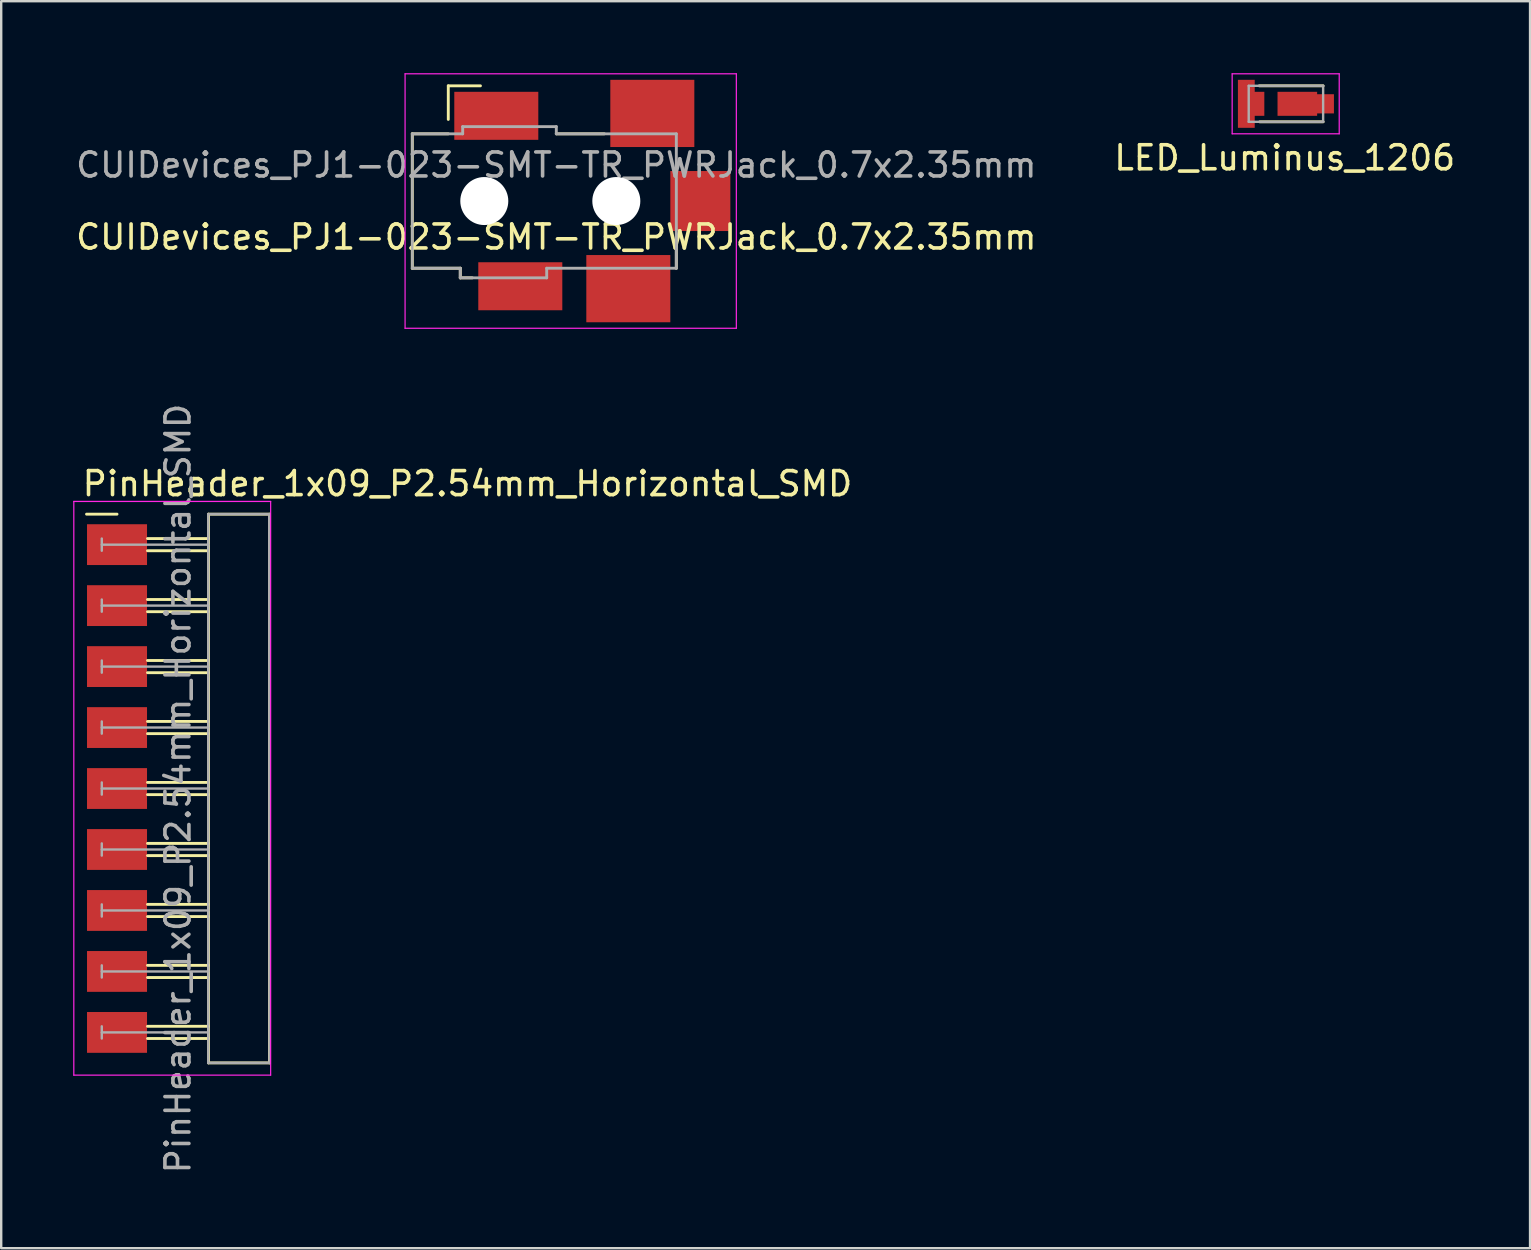
<source format=kicad_pcb>
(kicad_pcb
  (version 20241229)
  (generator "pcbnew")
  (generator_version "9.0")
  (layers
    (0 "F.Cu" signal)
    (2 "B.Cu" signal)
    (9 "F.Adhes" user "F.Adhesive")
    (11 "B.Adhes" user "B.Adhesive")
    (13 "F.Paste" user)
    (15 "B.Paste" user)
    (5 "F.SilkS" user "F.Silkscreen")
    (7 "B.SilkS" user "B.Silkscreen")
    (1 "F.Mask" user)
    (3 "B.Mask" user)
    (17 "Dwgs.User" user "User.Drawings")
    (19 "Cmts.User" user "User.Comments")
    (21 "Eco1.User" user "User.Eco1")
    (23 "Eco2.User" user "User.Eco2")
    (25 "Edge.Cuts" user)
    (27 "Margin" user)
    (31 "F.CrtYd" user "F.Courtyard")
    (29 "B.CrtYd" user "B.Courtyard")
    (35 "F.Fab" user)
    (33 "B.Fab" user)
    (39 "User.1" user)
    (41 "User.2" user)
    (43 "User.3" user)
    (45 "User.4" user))
  (footprint "PinHeader_1x09_P2.54mm_Horizontal_SMD"
    (layer "F.Cu")
    (at 1.825 19.639)
    (property "Reference" "PinHeader_1x09_P2.54mm_Horizontal_SMD" (at -1.524 -2.54 180) (layer "F.SilkS") (effects (font (size 1 1) (thickness 0.15)) (justify left)))
    (attr smd)
    (fp_line (start -1.27 -1.27) (end 0 -1.27) (stroke (width 0.12) (type solid)) (layer "F.SilkS"))
    (fp_line (start 3.81 -1.27) (end 6.35 -1.27) (stroke (width 0.12) (type solid)) (layer "F.SilkS"))
    (fp_line (start 3.81 -0.254) (end 1.27 -0.254) (stroke (width 0.12) (type solid)) (layer "F.SilkS"))
    (fp_line (start 3.81 0.254) (end 1.27 0.254) (stroke (width 0.12) (type solid)) (layer "F.SilkS"))
    (fp_line (start 3.81 2.286) (end 1.27 2.286) (stroke (width 0.12) (type solid)) (layer "F.SilkS"))
    (fp_line (start 3.81 2.794) (end 1.27 2.794) (stroke (width 0.12) (type solid)) (layer "F.SilkS"))
    (fp_line (start 3.81 4.826) (end 1.27 4.826) (stroke (width 0.12) (type solid)) (layer "F.SilkS"))
    (fp_line (start 3.81 5.334) (end 1.27 5.334) (stroke (width 0.12) (type solid)) (layer "F.SilkS"))
    (fp_line (start 3.81 7.366) (end 1.27 7.366) (stroke (width 0.12) (type solid)) (layer "F.SilkS"))
    (fp_line (start 3.81 7.874) (end 1.27 7.874) (stroke (width 0.12) (type solid)) (layer "F.SilkS"))
    (fp_line (start 3.81 9.906) (end 1.27 9.906) (stroke (width 0.12) (type solid)) (layer "F.SilkS"))
    (fp_line (start 3.81 10.414) (end 1.27 10.414) (stroke (width 0.12) (type solid)) (layer "F.SilkS"))
    (fp_line (start 3.81 12.446) (end 1.27 12.446) (stroke (width 0.12) (type solid)) (layer "F.SilkS"))
    (fp_line (start 3.81 12.954) (end 1.27 12.954) (stroke (width 0.12) (type solid)) (layer "F.SilkS"))
    (fp_line (start 3.81 14.986) (end 1.27 14.986) (stroke (width 0.12) (type solid)) (layer "F.SilkS"))
    (fp_line (start 3.81 15.494) (end 1.27 15.494) (stroke (width 0.12) (type solid)) (layer "F.SilkS"))
    (fp_line (start 3.81 17.526) (end 1.27 17.526) (stroke (width 0.12) (type solid)) (layer "F.SilkS"))
    (fp_line (start 3.81 18.034) (end 1.27 18.034) (stroke (width 0.12) (type solid)) (layer "F.SilkS"))
    (fp_line (start 3.81 20.066) (end 1.27 20.066) (stroke (width 0.12) (type solid)) (layer "F.SilkS"))
    (fp_line (start 3.81 20.574) (end 1.27 20.574) (stroke (width 0.12) (type solid)) (layer "F.SilkS"))
    (fp_line (start 3.81 21.59) (end 3.81 -1.27) (stroke (width 0.12) (type solid)) (layer "F.SilkS"))
    (fp_line (start 6.35 -1.27) (end 6.35 21.59) (stroke (width 0.12) (type solid)) (layer "F.SilkS"))
    (fp_line (start 6.35 21.59) (end 3.81 21.59) (stroke (width 0.12) (type solid)) (layer "F.SilkS"))
    (fp_line (start -1.8 -1.8) (end -1.8 22.1) (stroke (width 0.05) (type solid)) (layer "F.CrtYd"))
    (fp_line (start -1.8 22.1) (end 6.4 22.1) (stroke (width 0.05) (type solid)) (layer "F.CrtYd"))
    (fp_line (start 6.4 -1.8) (end -1.8 -1.8) (stroke (width 0.05) (type solid)) (layer "F.CrtYd"))
    (fp_line (start 6.4 22.1) (end 6.4 -1.8) (stroke (width 0.05) (type solid)) (layer "F.CrtYd"))
    (fp_line (start -0.635 -0.254) (end -0.635 0.254) (stroke (width 0.1) (type solid)) (layer "F.Fab"))
    (fp_line (start -0.635 2.286) (end -0.635 2.794) (stroke (width 0.1) (type solid)) (layer "F.Fab"))
    (fp_line (start -0.635 4.826) (end -0.635 5.334) (stroke (width 0.1) (type solid)) (layer "F.Fab"))
    (fp_line (start -0.635 7.366) (end -0.635 7.874) (stroke (width 0.1) (type solid)) (layer "F.Fab"))
    (fp_line (start -0.635 9.906) (end -0.635 10.414) (stroke (width 0.1) (type solid)) (layer "F.Fab"))
    (fp_line (start -0.635 12.446) (end -0.635 12.954) (stroke (width 0.1) (type solid)) (layer "F.Fab"))
    (fp_line (start -0.635 14.986) (end -0.635 15.494) (stroke (width 0.1) (type solid)) (layer "F.Fab"))
    (fp_line (start -0.635 17.526) (end -0.635 18.034) (stroke (width 0.1) (type solid)) (layer "F.Fab"))
    (fp_line (start -0.635 20.066) (end -0.635 20.574) (stroke (width 0.1) (type solid)) (layer "F.Fab"))
    (fp_line (start 3.8 -1.27) (end 6.34 -1.27) (stroke (width 0.1) (type solid)) (layer "F.Fab"))
    (fp_line (start 3.8 21.59) (end 3.8 -1.27) (stroke (width 0.1) (type solid)) (layer "F.Fab"))
    (fp_line (start 3.8 21.59) (end 6.35 21.59) (stroke (width 0.1) (type solid)) (layer "F.Fab"))
    (fp_line (start 3.81 0) (end -0.635 0) (stroke (width 0.1) (type solid)) (layer "F.Fab"))
    (fp_line (start 3.81 2.54) (end -0.635 2.54) (stroke (width 0.1) (type solid)) (layer "F.Fab"))
    (fp_line (start 3.81 5.08) (end -0.635 5.08) (stroke (width 0.1) (type solid)) (layer "F.Fab"))
    (fp_line (start 3.81 7.62) (end -0.635 7.62) (stroke (width 0.1) (type solid)) (layer "F.Fab"))
    (fp_line (start 3.81 10.16) (end -0.635 10.16) (stroke (width 0.1) (type solid)) (layer "F.Fab"))
    (fp_line (start 3.81 12.7) (end -0.635 12.7) (stroke (width 0.1) (type solid)) (layer "F.Fab"))
    (fp_line (start 3.81 15.24) (end -0.635 15.24) (stroke (width 0.1) (type solid)) (layer "F.Fab"))
    (fp_line (start 3.81 17.78) (end -0.635 17.78) (stroke (width 0.1) (type solid)) (layer "F.Fab"))
    (fp_line (start 3.81 20.32) (end -0.635 20.32) (stroke (width 0.1) (type solid)) (layer "F.Fab"))
    (fp_line (start 6.34 -1.27) (end 6.35 21.59) (stroke (width 0.1) (type solid)) (layer "F.Fab"))
    (fp_text user "${REFERENCE}" (at 2.54 10.16 90) (layer "F.Fab") (effects (font (size 1 1) (thickness 0.15))))
    (pad "1" smd rect (at 0 0) (size 2.5 1.7) (layers "F.Cu" "F.Mask" "F.Paste"))
    (pad "2" smd rect (at 0 2.54) (size 2.5 1.7) (layers "F.Cu" "F.Mask" "F.Paste"))
    (pad "3" smd rect (at 0 5.08) (size 2.5 1.7) (layers "F.Cu" "F.Mask" "F.Paste"))
    (pad "4" smd rect (at 0 7.62) (size 2.5 1.7) (layers "F.Cu" "F.Mask" "F.Paste"))
    (pad "5" smd rect (at 0 10.16) (size 2.5 1.7) (layers "F.Cu" "F.Mask" "F.Paste"))
    (pad "6" smd rect (at 0 12.7) (size 2.5 1.7) (layers "F.Cu" "F.Mask" "F.Paste"))
    (pad "7" smd rect (at 0 15.24) (size 2.5 1.7) (layers "F.Cu" "F.Mask" "F.Paste"))
    (pad "8" smd rect (at 0 17.78) (size 2.5 1.7) (layers "F.Cu" "F.Mask" "F.Paste"))
    (pad "9" smd rect (at 0 20.32) (size 2.5 1.7) (layers "F.Cu" "F.Mask" "F.Paste")))
  (footprint "LED_Luminus_1206"
    (layer "F.Cu")
    (at 50.47 1.275)
    (property "Reference" "LED_Luminus_1206" (at 0 2.25 0) (layer "F.SilkS") (effects (font (size 1 1) (thickness 0.15))))
    (attr through_hole)
    (fp_line (start -1.04 0.75) (end 1.6 0.75) (stroke (width 0.12) (type solid)) (layer "F.SilkS"))
    (fp_line (start 1.6 -0.75) (end -1.06 -0.75) (stroke (width 0.12) (type solid)) (layer "F.SilkS"))
    (fp_line (start -2.19 -1.25) (end 2.27 -1.25) (stroke (width 0.05) (type solid)) (layer "F.CrtYd"))
    (fp_line (start -2.19 1.25) (end -2.19 -1.25) (stroke (width 0.05) (type solid)) (layer "F.CrtYd"))
    (fp_line (start 2.27 -1.25) (end 2.27 1.25) (stroke (width 0.05) (type solid)) (layer "F.CrtYd"))
    (fp_line (start 2.27 1.25) (end -2.19 1.25) (stroke (width 0.05) (type solid)) (layer "F.CrtYd"))
    (fp_line (start -1.5 -0.75) (end 1.6 -0.75) (stroke (width 0.1) (type solid)) (layer "F.Fab"))
    (fp_line (start -1.5 0.75) (end -1.5 -0.75) (stroke (width 0.1) (type solid)) (layer "F.Fab"))
    (fp_line (start 1.6 -0.75) (end 1.6 0.75) (stroke (width 0.1) (type solid)) (layer "F.Fab"))
    (fp_line (start 1.6 0.75) (end -1.5 0.75) (stroke (width 0.1) (type solid)) (layer "F.Fab"))
    (pad "1" smd custom (at 1.35 0) (size 0.8 0.8) (layers "F.Cu" "F.Mask" "F.Paste") (options (anchor rect)) (primitives (gr_poly (pts (xy 0 -0.4) (xy 0.7 -0.4) (xy 0.7 0.4) (xy 0 0.4)) (width 0) (fill yes)) (gr_poly (pts (xy 0 -0.5) (xy -1.65 -0.5) (xy -1.65 0.5) (xy 0 0.5)) (width 0) (fill yes))))
    (pad "2" smd custom (at -1.25 0) (size 0.8 0.8) (layers "F.Cu" "F.Mask" "F.Paste") (options (anchor rect)) (primitives (gr_poly (pts (xy 0 -0.5) (xy 0.4 -0.5) (xy 0.4 0.5) (xy 0 0.5)) (width 0) (fill yes)) (gr_poly (pts (xy 0 -1) (xy 0 1) (xy -0.7 1) (xy -0.7 -1)) (width 0) (fill yes)))))
  (footprint "CUIDevices_PJ1-023-SMT-TR_PWRJack_0.7x2.35mm"
    (layer "F.Cu")
    (at 14.125 5.325)
    (property "Reference" "CUIDevices_PJ1-023-SMT-TR_PWRJack_0.7x2.35mm" (at 6 1.5 180) (layer "F.SilkS") (effects (font (size 1 1) (thickness 0.15))))
    (attr smd)
    (fp_line (start 0 -2.8) (end 1.5 -2.8) (stroke (width 0.12) (type solid)) (layer "F.SilkS"))
    (fp_line (start 0 2.8) (end 0 -2.8) (stroke (width 0.12) (type solid)) (layer "F.SilkS"))
    (fp_line (start 0 2.8) (end 2 2.8) (stroke (width 0.12) (type solid)) (layer "F.SilkS"))
    (fp_line (start 1.5 -4.8) (end 1.5 -3.4) (stroke (width 0.12) (type solid)) (layer "F.SilkS"))
    (fp_line (start 2 3.2) (end 2 2.8) (stroke (width 0.12) (type solid)) (layer "F.SilkS"))
    (fp_line (start 2 3.2) (end 2.5 3.2) (stroke (width 0.12) (type solid)) (layer "F.SilkS"))
    (fp_line (start 2.84 -4.8) (end 1.5 -4.8) (stroke (width 0.12) (type solid)) (layer "F.SilkS"))
    (fp_line (start 6 -2.8) (end 8 -2.8) (stroke (width 0.12) (type solid)) (layer "F.SilkS"))
    (fp_line (start 11 1.5) (end 11 2.8) (stroke (width 0.12) (type solid)) (layer "F.SilkS"))
    (fp_line (start -0.3 -5.3) (end 13.5 -5.3) (stroke (width 0.05) (type solid)) (layer "F.CrtYd"))
    (fp_line (start -0.3 5.3) (end -0.3 -5.3) (stroke (width 0.05) (type solid)) (layer "F.CrtYd"))
    (fp_line (start -0.3 5.3) (end 13.5 5.3) (stroke (width 0.05) (type solid)) (layer "F.CrtYd"))
    (fp_line (start 13.5 5.3) (end 13.5 -5.3) (stroke (width 0.05) (type solid)) (layer "F.CrtYd"))
    (fp_line (start 0 -2.8) (end 2.1 -2.8) (stroke (width 0.12) (type solid)) (layer "F.Fab"))
    (fp_line (start 0 2.8) (end 0 -2.8) (stroke (width 0.1) (type solid)) (layer "F.Fab"))
    (fp_line (start 2 2.8) (end 0 2.8) (stroke (width 0.12) (type solid)) (layer "F.Fab"))
    (fp_line (start 2 3.2) (end 2 2.8) (stroke (width 0.12) (type solid)) (layer "F.Fab"))
    (fp_line (start 2.1 -3.1) (end 6 -3.1) (stroke (width 0.12) (type solid)) (layer "F.Fab"))
    (fp_line (start 2.1 -2.8) (end 2.1 -3.1) (stroke (width 0.12) (type solid)) (layer "F.Fab"))
    (fp_line (start 5.6 2.8) (end 5.6 3.2) (stroke (width 0.12) (type solid)) (layer "F.Fab"))
    (fp_line (start 5.6 3.2) (end 2 3.2) (stroke (width 0.12) (type solid)) (layer "F.Fab"))
    (fp_line (start 6 -3.1) (end 6 -2.8) (stroke (width 0.12) (type solid)) (layer "F.Fab"))
    (fp_line (start 6 -2.8) (end 11 -2.8) (stroke (width 0.12) (type solid)) (layer "F.Fab"))
    (fp_line (start 11 -2.8) (end 11 2.8) (stroke (width 0.12) (type solid)) (layer "F.Fab"))
    (fp_line (start 11 2.8) (end 5.6 2.8) (stroke (width 0.12) (type solid)) (layer "F.Fab"))
    (fp_text user "${REFERENCE}" (at 6 -1.5 180) (layer "F.Fab") (effects (font (size 1 1) (thickness 0.15))))
    (pad "" np_thru_hole circle (at 3 0 90) (size 2 2) (drill 2) (layers "*.Cu" "*.Mask"))
    (pad "" np_thru_hole circle (at 8.5 0 90) (size 2 2) (drill 2) (layers "*.Cu" "*.Mask"))
    (pad "1" smd rect (at 12 0) (size 2.5 2.5) (layers "F.Cu" "F.Mask" "F.Paste"))
    (pad "2" smd rect (at 4.5 3.55) (size 3.5 2) (layers "F.Cu" "F.Mask" "F.Paste"))
    (pad "2" smd rect (at 9 3.65) (size 3.5 2.8) (layers "F.Cu" "F.Mask" "F.Paste"))
    (pad "3" smd rect (at 3.5 -3.55) (size 3.5 2) (layers "F.Cu" "F.Mask" "F.Paste"))
    (pad "3" smd rect (at 10 -3.65) (size 3.5 2.8) (layers "F.Cu" "F.Mask" "F.Paste")))
  (gr_rect
    (start -3 -3)
    (end 60.69 48.948)
    (stroke (width 0.1) (type default))
    (fill no)
    (layer "Edge.Cuts")))
</source>
